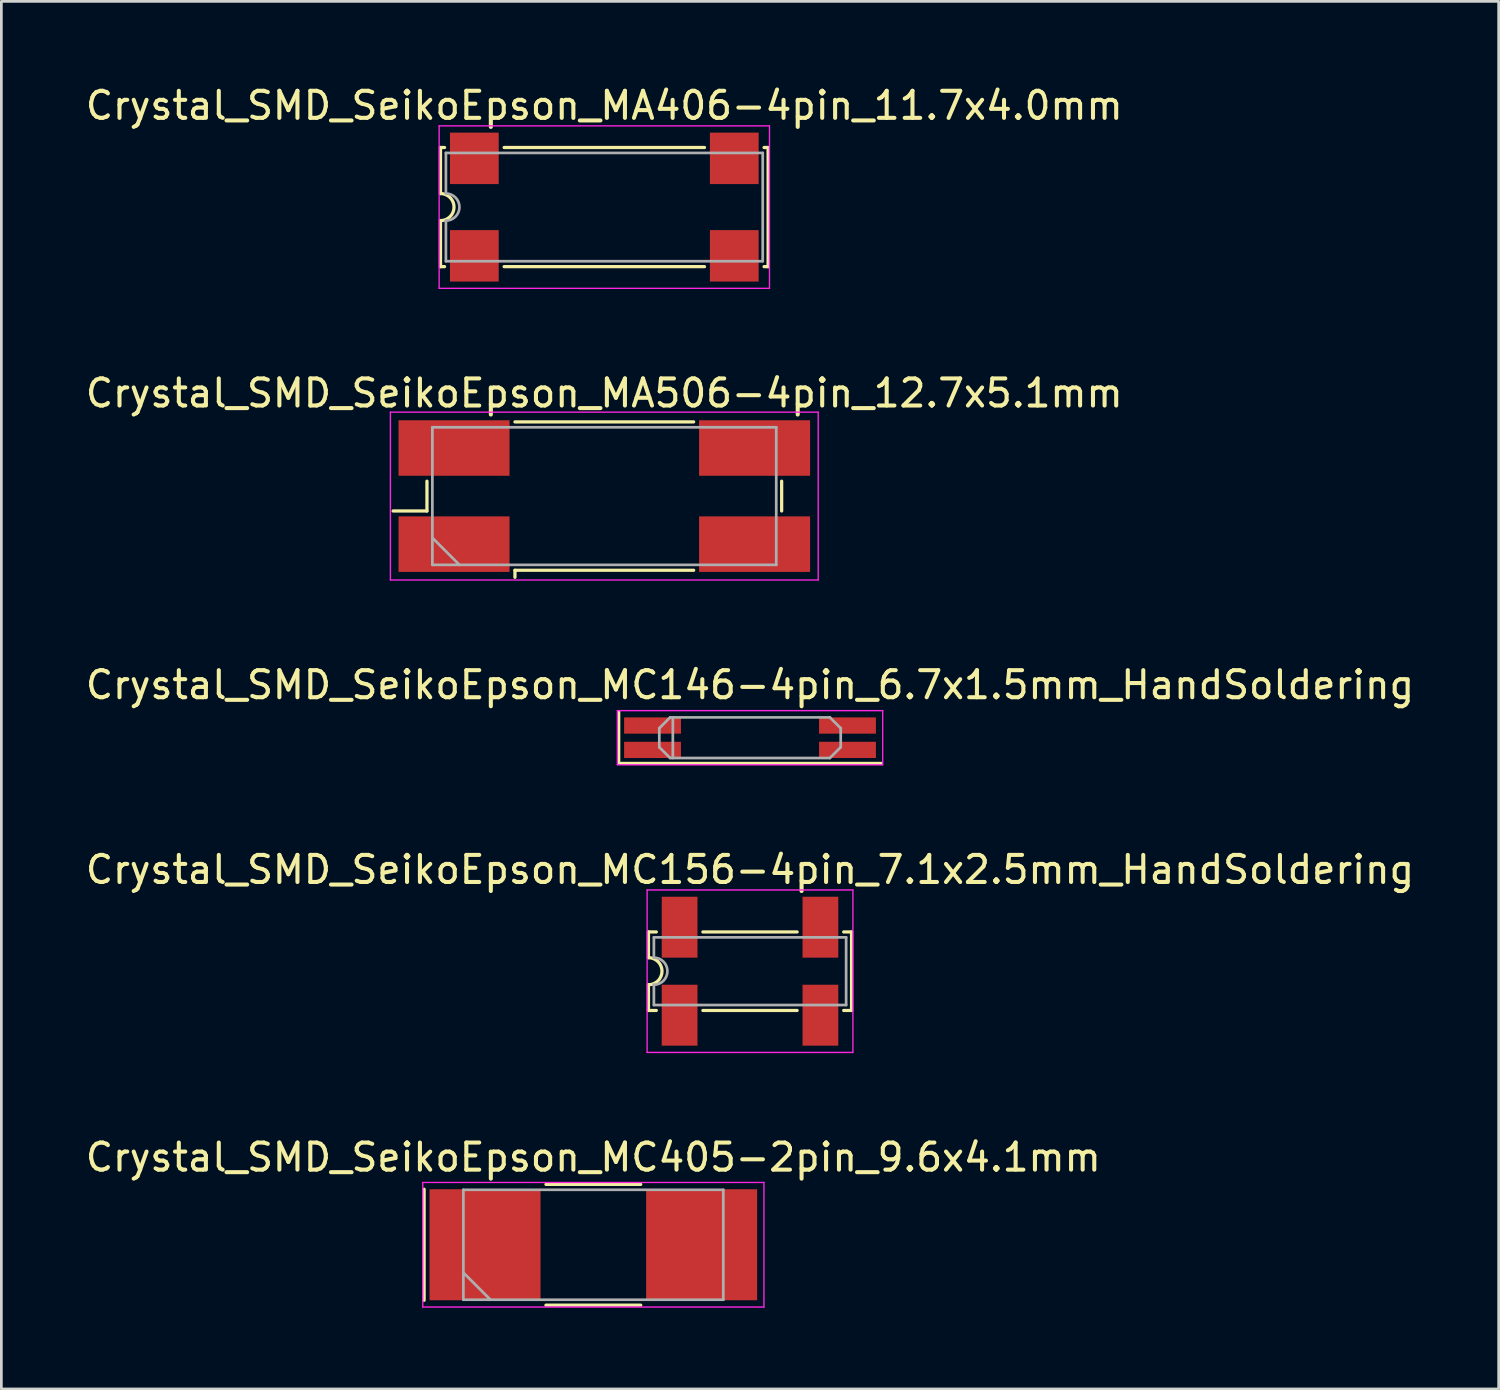
<source format=kicad_pcb>
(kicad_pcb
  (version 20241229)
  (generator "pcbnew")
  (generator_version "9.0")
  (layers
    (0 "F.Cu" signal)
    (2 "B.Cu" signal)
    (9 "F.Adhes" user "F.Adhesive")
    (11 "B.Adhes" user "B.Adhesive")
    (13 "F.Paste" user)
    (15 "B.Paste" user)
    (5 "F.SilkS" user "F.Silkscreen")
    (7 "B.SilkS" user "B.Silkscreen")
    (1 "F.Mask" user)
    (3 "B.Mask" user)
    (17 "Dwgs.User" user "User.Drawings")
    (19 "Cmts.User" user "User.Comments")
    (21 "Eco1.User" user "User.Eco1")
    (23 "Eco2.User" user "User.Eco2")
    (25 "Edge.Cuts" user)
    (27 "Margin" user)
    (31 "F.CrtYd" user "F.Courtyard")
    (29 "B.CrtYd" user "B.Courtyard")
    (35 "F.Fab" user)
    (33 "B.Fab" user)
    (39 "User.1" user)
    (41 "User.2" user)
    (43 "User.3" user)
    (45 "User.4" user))
  (footprint "Crystal_SMD_SeikoEpson_MC156-4pin_7.1x2.5mm_HandSoldering"
    (layer "F.Cu")
    (at 24.649 32.818)
    (property "Reference" "Crystal_SMD_SeikoEpson_MC156-4pin_7.1x2.5mm_HandSoldering" (at 0 -3.75 0) (layer "F.SilkS") (effects (font (size 1 1) (thickness 0.15))))
    (attr smd)
    (fp_line (start -3.75 -1.45) (end -3.46 -1.45) (stroke (width 0.12) (type solid)) (layer "F.SilkS"))
    (fp_line (start -3.75 -0.5) (end -3.75 -1.45) (stroke (width 0.12) (type solid)) (layer "F.SilkS"))
    (fp_line (start -3.75 1.45) (end -3.75 0.5) (stroke (width 0.12) (type solid)) (layer "F.SilkS"))
    (fp_line (start -3.75 1.45) (end -3.46 1.45) (stroke (width 0.12) (type solid)) (layer "F.SilkS"))
    (fp_line (start -1.74 -1.45) (end 1.74 -1.45) (stroke (width 0.12) (type solid)) (layer "F.SilkS"))
    (fp_line (start 1.74 1.45) (end -1.74 1.45) (stroke (width 0.12) (type solid)) (layer "F.SilkS"))
    (fp_line (start 3.46 -1.45) (end 3.75 -1.45) (stroke (width 0.12) (type solid)) (layer "F.SilkS"))
    (fp_line (start 3.75 -1.45) (end 3.75 1.45) (stroke (width 0.12) (type solid)) (layer "F.SilkS"))
    (fp_line (start 3.75 1.45) (end 3.46 1.45) (stroke (width 0.12) (type solid)) (layer "F.SilkS"))
    (fp_arc (start -3.75 -0.5) (mid -3.25 0) (end -3.75 0.5) (stroke (width 0.12) (type solid)) (layer "F.SilkS"))
    (fp_line (start -3.8 -3) (end -3.8 3) (stroke (width 0.05) (type solid)) (layer "F.CrtYd"))
    (fp_line (start -3.8 3) (end 3.8 3) (stroke (width 0.05) (type solid)) (layer "F.CrtYd"))
    (fp_line (start 3.8 -3) (end -3.8 -3) (stroke (width 0.05) (type solid)) (layer "F.CrtYd"))
    (fp_line (start 3.8 3) (end 3.8 -3) (stroke (width 0.05) (type solid)) (layer "F.CrtYd"))
    (fp_line (start -3.55 -1.25) (end 3.55 -1.25) (stroke (width 0.1) (type solid)) (layer "F.Fab"))
    (fp_line (start -3.55 -0.5) (end -3.55 -1.25) (stroke (width 0.1) (type solid)) (layer "F.Fab"))
    (fp_line (start -3.55 1.25) (end -3.55 0.5) (stroke (width 0.1) (type solid)) (layer "F.Fab"))
    (fp_line (start 3.55 -1.25) (end 3.55 1.25) (stroke (width 0.1) (type solid)) (layer "F.Fab"))
    (fp_line (start 3.55 1.25) (end -3.55 1.25) (stroke (width 0.1) (type solid)) (layer "F.Fab"))
    (fp_arc (start -3.55 -0.5) (mid -3.05 0) (end -3.55 0.5) (stroke (width 0.1) (type solid)) (layer "F.Fab"))
    (pad "1" smd rect (at -2.6 1.625) (size 1.32 2.25) (layers "F.Cu" "F.Mask"))
    (pad "2" smd rect (at 2.6 1.625) (size 1.32 2.25) (layers "F.Cu" "F.Mask"))
    (pad "3" smd rect (at 2.6 -1.625) (size 1.32 2.25) (layers "F.Cu" "F.Mask"))
    (pad "4" smd rect (at -2.6 -1.625) (size 1.32 2.25) (layers "F.Cu" "F.Mask")))
  (footprint "Crystal_SMD_SeikoEpson_MC405-2pin_9.6x4.1mm"
    (layer "F.Cu")
    (at 18.863 42.921)
    (property "Reference" "Crystal_SMD_SeikoEpson_MC405-2pin_9.6x4.1mm" (at 0 -3.23 0) (layer "F.SilkS") (effects (font (size 1 1) (thickness 0.15))))
    (attr smd)
    (fp_line (start -6.25 -2.05) (end -6.25 2.05) (stroke (width 0.12) (type solid)) (layer "F.SilkS"))
    (fp_line (start -1.75 -2.23) (end 1.75 -2.23) (stroke (width 0.12) (type solid)) (layer "F.SilkS"))
    (fp_line (start -1.75 2.23) (end 1.75 2.23) (stroke (width 0.12) (type solid)) (layer "F.SilkS"))
    (fp_line (start -6.3 -2.3) (end -6.3 2.3) (stroke (width 0.05) (type solid)) (layer "F.CrtYd"))
    (fp_line (start -6.3 2.3) (end 6.3 2.3) (stroke (width 0.05) (type solid)) (layer "F.CrtYd"))
    (fp_line (start 6.3 -2.3) (end -6.3 -2.3) (stroke (width 0.05) (type solid)) (layer "F.CrtYd"))
    (fp_line (start 6.3 2.3) (end 6.3 -2.3) (stroke (width 0.05) (type solid)) (layer "F.CrtYd"))
    (fp_line (start -4.8 -2.03) (end -4.8 2.03) (stroke (width 0.1) (type solid)) (layer "F.Fab"))
    (fp_line (start -4.8 1.03) (end -3.8 2.03) (stroke (width 0.1) (type solid)) (layer "F.Fab"))
    (fp_line (start -4.8 2.03) (end 4.8 2.03) (stroke (width 0.1) (type solid)) (layer "F.Fab"))
    (fp_line (start 4.8 -2.03) (end -4.8 -2.03) (stroke (width 0.1) (type solid)) (layer "F.Fab"))
    (fp_line (start 4.8 2.03) (end 4.8 -2.03) (stroke (width 0.1) (type solid)) (layer "F.Fab"))
    (pad "1" smd rect (at -4 0) (size 4.1 4.1) (layers "F.Cu" "F.Mask"))
    (pad "2" smd rect (at 4 0) (size 4.1 4.1) (layers "F.Cu" "F.Mask")))
  (footprint "Crystal_SMD_SeikoEpson_MA406-4pin_11.7x4.0mm"
    (layer "F.Cu")
    (at 19.268 4.598)
    (property "Reference" "Crystal_SMD_SeikoEpson_MA406-4pin_11.7x4.0mm" (at 0 -3.75 0) (layer "F.SilkS") (effects (font (size 1 1) (thickness 0.15))))
    (attr smd)
    (fp_line (start -6.05 -2.2) (end -5.9 -2.2) (stroke (width 0.12) (type solid)) (layer "F.SilkS"))
    (fp_line (start -6.05 -0.5) (end -6.05 -2.2) (stroke (width 0.12) (type solid)) (layer "F.SilkS"))
    (fp_line (start -6.05 2.2) (end -6.05 0.5) (stroke (width 0.12) (type solid)) (layer "F.SilkS"))
    (fp_line (start -6.05 2.2) (end -5.9 2.2) (stroke (width 0.12) (type solid)) (layer "F.SilkS"))
    (fp_line (start -3.7 -2.2) (end 3.7 -2.2) (stroke (width 0.12) (type solid)) (layer "F.SilkS"))
    (fp_line (start 3.7 2.2) (end -3.7 2.2) (stroke (width 0.12) (type solid)) (layer "F.SilkS"))
    (fp_line (start 5.9 -2.2) (end 6.05 -2.2) (stroke (width 0.12) (type solid)) (layer "F.SilkS"))
    (fp_line (start 6.05 -2.2) (end 6.05 2.2) (stroke (width 0.12) (type solid)) (layer "F.SilkS"))
    (fp_line (start 6.05 2.2) (end 5.9 2.2) (stroke (width 0.12) (type solid)) (layer "F.SilkS"))
    (fp_arc (start -6.05 -0.5) (mid -5.55 0) (end -6.05 0.5) (stroke (width 0.12) (type solid)) (layer "F.SilkS"))
    (fp_line (start -6.1 -3) (end -6.1 3) (stroke (width 0.05) (type solid)) (layer "F.CrtYd"))
    (fp_line (start -6.1 3) (end 6.1 3) (stroke (width 0.05) (type solid)) (layer "F.CrtYd"))
    (fp_line (start 6.1 -3) (end -6.1 -3) (stroke (width 0.05) (type solid)) (layer "F.CrtYd"))
    (fp_line (start 6.1 3) (end 6.1 -3) (stroke (width 0.05) (type solid)) (layer "F.CrtYd"))
    (fp_line (start -5.85 -2) (end 5.85 -2) (stroke (width 0.1) (type solid)) (layer "F.Fab"))
    (fp_line (start -5.85 -0.5) (end -5.85 -2) (stroke (width 0.1) (type solid)) (layer "F.Fab"))
    (fp_line (start -5.85 2) (end -5.85 0.5) (stroke (width 0.1) (type solid)) (layer "F.Fab"))
    (fp_line (start 5.85 -2) (end 5.85 2) (stroke (width 0.1) (type solid)) (layer "F.Fab"))
    (fp_line (start 5.85 2) (end -5.85 2) (stroke (width 0.1) (type solid)) (layer "F.Fab"))
    (fp_arc (start -5.85 -0.5) (mid -5.35 0) (end -5.85 0.5) (stroke (width 0.1) (type solid)) (layer "F.Fab"))
    (pad "1" smd rect (at -4.8 1.8) (size 1.8 1.9) (layers "F.Cu" "F.Mask"))
    (pad "2" smd rect (at 4.8 1.8) (size 1.8 1.9) (layers "F.Cu" "F.Mask"))
    (pad "3" smd rect (at 4.8 -1.8) (size 1.8 1.9) (layers "F.Cu" "F.Mask"))
    (pad "4" smd rect (at -4.8 -1.8) (size 1.8 1.9) (layers "F.Cu" "F.Mask")))
  (footprint "Crystal_SMD_SeikoEpson_MC146-4pin_6.7x1.5mm_HandSoldering"
    (layer "F.Cu")
    (at 24.649 24.195)
    (property "Reference" "Crystal_SMD_SeikoEpson_MC146-4pin_6.7x1.5mm_HandSoldering" (at 0 -1.95 0) (layer "F.SilkS") (effects (font (size 1 1) (thickness 0.15))))
    (attr smd)
    (fp_line (start -4.85 -0.95) (end -4.85 0.95) (stroke (width 0.12) (type solid)) (layer "F.SilkS"))
    (fp_line (start -4.85 0.95) (end 4.85 0.95) (stroke (width 0.12) (type solid)) (layer "F.SilkS"))
    (fp_line (start -4.9 -1) (end -4.9 1) (stroke (width 0.05) (type solid)) (layer "F.CrtYd"))
    (fp_line (start -4.9 1) (end 4.9 1) (stroke (width 0.05) (type solid)) (layer "F.CrtYd"))
    (fp_line (start 4.9 -1) (end -4.9 -1) (stroke (width 0.05) (type solid)) (layer "F.CrtYd"))
    (fp_line (start 4.9 1) (end 4.9 -1) (stroke (width 0.05) (type solid)) (layer "F.CrtYd"))
    (fp_line (start -3.35 -0.35) (end -2.95 -0.75) (stroke (width 0.1) (type solid)) (layer "F.Fab"))
    (fp_line (start -3.35 0.35) (end -3.35 -0.35) (stroke (width 0.1) (type solid)) (layer "F.Fab"))
    (fp_line (start -2.95 -0.75) (end 2.95 -0.75) (stroke (width 0.1) (type solid)) (layer "F.Fab"))
    (fp_line (start -2.95 0.75) (end -3.35 0.35) (stroke (width 0.1) (type solid)) (layer "F.Fab"))
    (fp_line (start -2.85 -0.75) (end -2.85 0.75) (stroke (width 0.1) (type solid)) (layer "F.Fab"))
    (fp_line (start 2.95 -0.75) (end 3.35 -0.35) (stroke (width 0.1) (type solid)) (layer "F.Fab"))
    (fp_line (start 2.95 0.75) (end -2.95 0.75) (stroke (width 0.1) (type solid)) (layer "F.Fab"))
    (fp_line (start 3.35 -0.35) (end 3.35 0.35) (stroke (width 0.1) (type solid)) (layer "F.Fab"))
    (fp_line (start 3.35 0.35) (end 2.95 0.75) (stroke (width 0.1) (type solid)) (layer "F.Fab"))
    (pad "1" smd rect (at -3.6 0.45) (size 2.1 0.6) (layers "F.Cu" "F.Mask"))
    (pad "2" smd rect (at 3.6 0.45) (size 2.1 0.6) (layers "F.Cu" "F.Mask"))
    (pad "3" smd rect (at 3.6 -0.45) (size 2.1 0.6) (layers "F.Cu" "F.Mask"))
    (pad "4" smd rect (at -3.6 -0.45) (size 2.1 0.6) (layers "F.Cu" "F.Mask")))
  (footprint "Crystal_SMD_SeikoEpson_MA506-4pin_12.7x5.1mm"
    (layer "F.Cu")
    (at 19.268 15.271)
    (property "Reference" "Crystal_SMD_SeikoEpson_MA506-4pin_12.7x5.1mm" (at 0 -3.8 0) (layer "F.SilkS") (effects (font (size 1 1) (thickness 0.15))))
    (attr smd)
    (fp_line (start -7.8 0.55) (end -6.55 0.55) (stroke (width 0.12) (type solid)) (layer "F.SilkS"))
    (fp_line (start -6.55 0.55) (end -6.55 -0.55) (stroke (width 0.12) (type solid)) (layer "F.SilkS"))
    (fp_line (start -3.3 -2.74) (end 3.3 -2.74) (stroke (width 0.12) (type solid)) (layer "F.SilkS"))
    (fp_line (start -3.3 2.74) (end -3.3 3) (stroke (width 0.12) (type solid)) (layer "F.SilkS"))
    (fp_line (start 3.3 2.74) (end -3.3 2.74) (stroke (width 0.12) (type solid)) (layer "F.SilkS"))
    (fp_line (start 6.55 -0.55) (end 6.55 0.55) (stroke (width 0.12) (type solid)) (layer "F.SilkS"))
    (fp_line (start -7.9 -3.1) (end -7.9 3.1) (stroke (width 0.05) (type solid)) (layer "F.CrtYd"))
    (fp_line (start -7.9 3.1) (end 7.9 3.1) (stroke (width 0.05) (type solid)) (layer "F.CrtYd"))
    (fp_line (start 7.9 -3.1) (end -7.9 -3.1) (stroke (width 0.05) (type solid)) (layer "F.CrtYd"))
    (fp_line (start 7.9 3.1) (end 7.9 -3.1) (stroke (width 0.05) (type solid)) (layer "F.CrtYd"))
    (fp_line (start -6.35 -2.54) (end -6.35 2.54) (stroke (width 0.1) (type solid)) (layer "F.Fab"))
    (fp_line (start -6.35 1.54) (end -5.35 2.54) (stroke (width 0.1) (type solid)) (layer "F.Fab"))
    (fp_line (start -6.35 2.54) (end 6.35 2.54) (stroke (width 0.1) (type solid)) (layer "F.Fab"))
    (fp_line (start 6.35 -2.54) (end -6.35 -2.54) (stroke (width 0.1) (type solid)) (layer "F.Fab"))
    (fp_line (start 6.35 2.54) (end 6.35 -2.54) (stroke (width 0.1) (type solid)) (layer "F.Fab"))
    (pad "1" smd rect (at -5.55 1.775) (size 4.1 2.05) (layers "F.Cu" "F.Mask"))
    (pad "2" smd rect (at 5.55 1.775) (size 4.1 2.05) (layers "F.Cu" "F.Mask"))
    (pad "3" smd rect (at 5.55 -1.775) (size 4.1 2.05) (layers "F.Cu" "F.Mask"))
    (pad "4" smd rect (at -5.55 -1.775) (size 4.1 2.05) (layers "F.Cu" "F.Mask")))
  (gr_rect
    (start -3 -3)
    (end 52.298 48.246)
    (stroke (width 0.1) (type default))
    (fill no)
    (layer "Edge.Cuts")))
</source>
